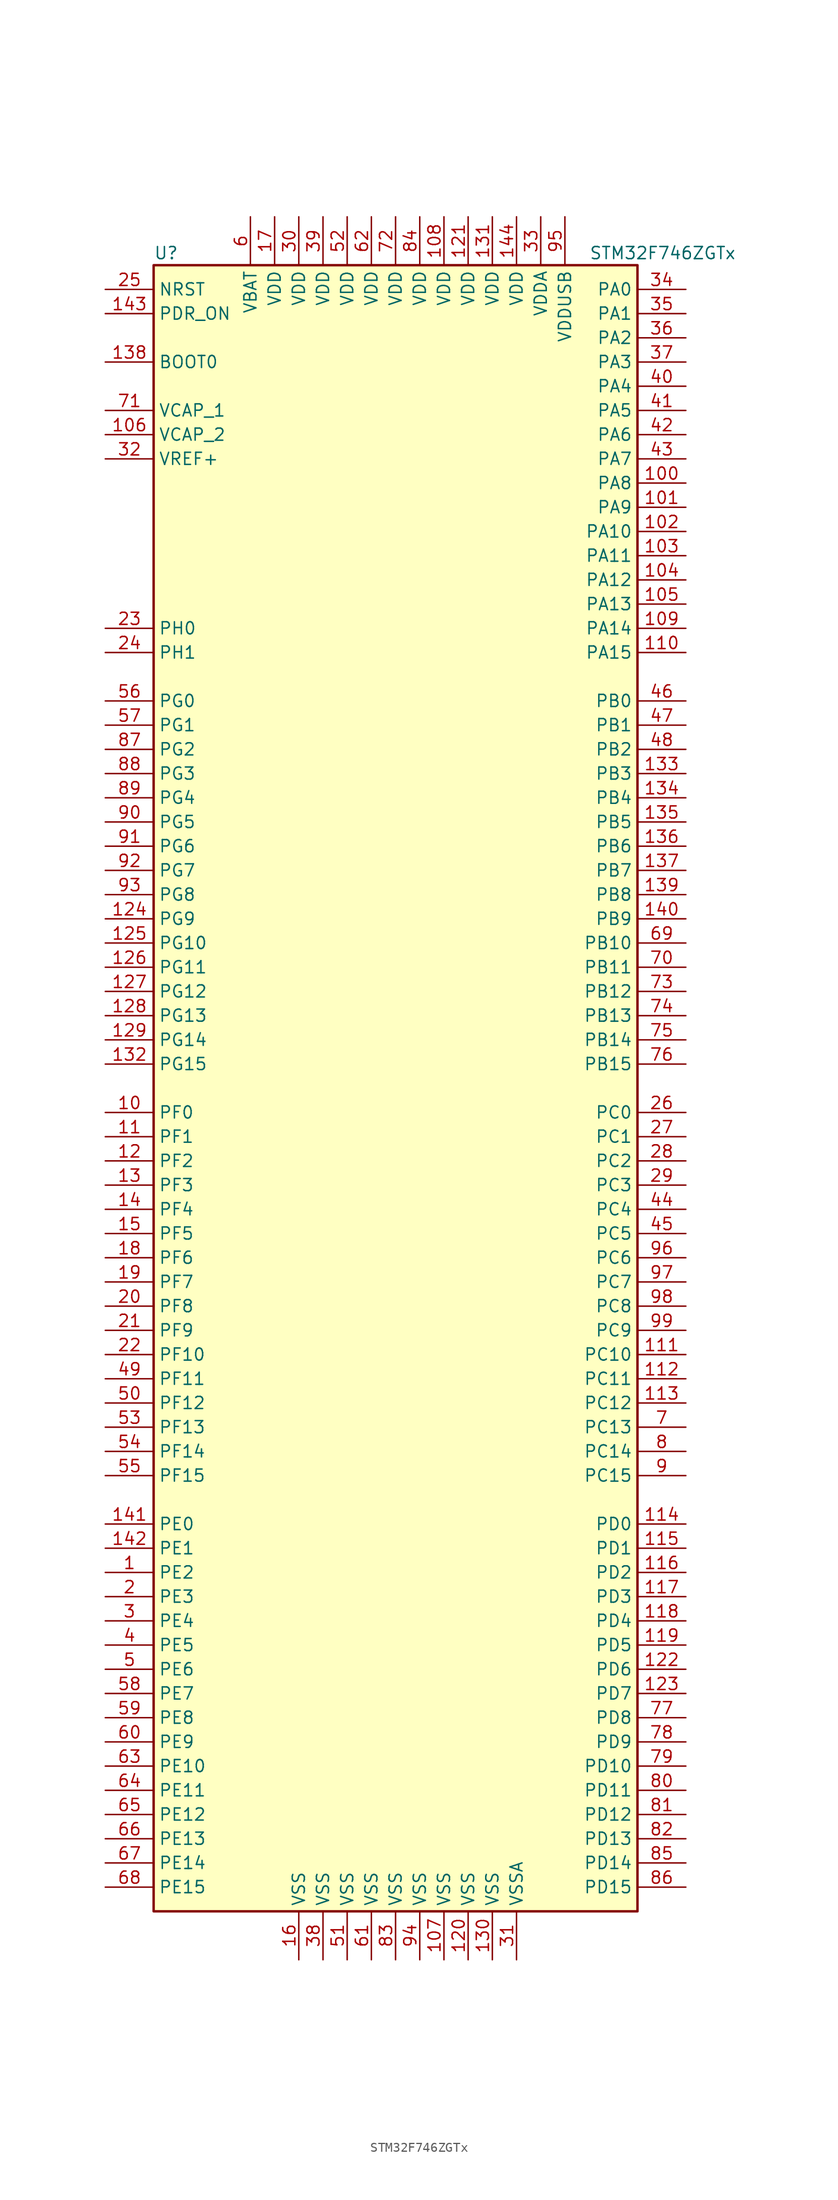
<source format=kicad_sym>
(kicad_symbol_lib
  (version 20220914)
  (generator kicad_symbol_editor)
  (symbol "STM32F746ZGTx"
    (property "Reference" "U"
      (at -25.4 87.63 0)
      (effects (font (size 1.27 1.27)) (justify left)))
    (property "Value" "STM32F746ZGTx"
      (at 20.32 87.63 0)
      (effects (font (size 1.27 1.27)) (justify left)))
    (symbol "STM32F746ZGTx_0_1"
      (rectangle (start -25.4 -86.36) (end 25.4 86.36) (stroke (width 0.254) (type default)) (fill (type background))))
    (symbol "STM32F746ZGTx_1_1"
      (pin bidirectional line (at -30.48 -50.8 0) (length 5.08) (name "PE2" (effects (font (size 1.27 1.27)))) (number "1" (effects (font (size 1.27 1.27)))))
      (pin bidirectional line (at -30.48 -2.54 0) (length 5.08) (name "PF0" (effects (font (size 1.27 1.27)))) (number "10" (effects (font (size 1.27 1.27)))))
      (pin bidirectional line (at 30.48 63.5 180) (length 5.08) (name "PA8" (effects (font (size 1.27 1.27)))) (number "100" (effects (font (size 1.27 1.27)))))
      (pin bidirectional line (at 30.48 60.96 180) (length 5.08) (name "PA9" (effects (font (size 1.27 1.27)))) (number "101" (effects (font (size 1.27 1.27)))))
      (pin bidirectional line (at 30.48 58.42 180) (length 5.08) (name "PA10" (effects (font (size 1.27 1.27)))) (number "102" (effects (font (size 1.27 1.27)))))
      (pin bidirectional line (at 30.48 55.88 180) (length 5.08) (name "PA11" (effects (font (size 1.27 1.27)))) (number "103" (effects (font (size 1.27 1.27)))))
      (pin bidirectional line (at 30.48 53.34 180) (length 5.08) (name "PA12" (effects (font (size 1.27 1.27)))) (number "104" (effects (font (size 1.27 1.27)))))
      (pin bidirectional line (at 30.48 50.8 180) (length 5.08) (name "PA13" (effects (font (size 1.27 1.27)))) (number "105" (effects (font (size 1.27 1.27)))))
      (pin power_in line (at -30.48 68.58 0) (length 5.08) (name "VCAP_2" (effects (font (size 1.27 1.27)))) (number "106" (effects (font (size 1.27 1.27)))))
      (pin power_in line (at 5.08 -91.44 90) (length 5.08) (name "VSS" (effects (font (size 1.27 1.27)))) (number "107" (effects (font (size 1.27 1.27)))))
      (pin power_in line (at 5.08 91.44 270) (length 5.08) (name "VDD" (effects (font (size 1.27 1.27)))) (number "108" (effects (font (size 1.27 1.27)))))
      (pin bidirectional line (at 30.48 48.26 180) (length 5.08) (name "PA14" (effects (font (size 1.27 1.27)))) (number "109" (effects (font (size 1.27 1.27)))))
      (pin bidirectional line (at -30.48 -5.08 0) (length 5.08) (name "PF1" (effects (font (size 1.27 1.27)))) (number "11" (effects (font (size 1.27 1.27)))))
      (pin bidirectional line (at 30.48 45.72 180) (length 5.08) (name "PA15" (effects (font (size 1.27 1.27)))) (number "110" (effects (font (size 1.27 1.27)))))
      (pin bidirectional line (at 30.48 -27.94 180) (length 5.08) (name "PC10" (effects (font (size 1.27 1.27)))) (number "111" (effects (font (size 1.27 1.27)))))
      (pin bidirectional line (at 30.48 -30.48 180) (length 5.08) (name "PC11" (effects (font (size 1.27 1.27)))) (number "112" (effects (font (size 1.27 1.27)))))
      (pin bidirectional line (at 30.48 -33.02 180) (length 5.08) (name "PC12" (effects (font (size 1.27 1.27)))) (number "113" (effects (font (size 1.27 1.27)))))
      (pin bidirectional line (at 30.48 -45.72 180) (length 5.08) (name "PD0" (effects (font (size 1.27 1.27)))) (number "114" (effects (font (size 1.27 1.27)))))
      (pin bidirectional line (at 30.48 -48.26 180) (length 5.08) (name "PD1" (effects (font (size 1.27 1.27)))) (number "115" (effects (font (size 1.27 1.27)))))
      (pin bidirectional line (at 30.48 -50.8 180) (length 5.08) (name "PD2" (effects (font (size 1.27 1.27)))) (number "116" (effects (font (size 1.27 1.27)))))
      (pin bidirectional line (at 30.48 -53.34 180) (length 5.08) (name "PD3" (effects (font (size 1.27 1.27)))) (number "117" (effects (font (size 1.27 1.27)))))
      (pin bidirectional line (at 30.48 -55.88 180) (length 5.08) (name "PD4" (effects (font (size 1.27 1.27)))) (number "118" (effects (font (size 1.27 1.27)))))
      (pin bidirectional line (at 30.48 -58.42 180) (length 5.08) (name "PD5" (effects (font (size 1.27 1.27)))) (number "119" (effects (font (size 1.27 1.27)))))
      (pin bidirectional line (at -30.48 -7.62 0) (length 5.08) (name "PF2" (effects (font (size 1.27 1.27)))) (number "12" (effects (font (size 1.27 1.27)))))
      (pin power_in line (at 7.62 -91.44 90) (length 5.08) (name "VSS" (effects (font (size 1.27 1.27)))) (number "120" (effects (font (size 1.27 1.27)))))
      (pin power_in line (at 7.62 91.44 270) (length 5.08) (name "VDD" (effects (font (size 1.27 1.27)))) (number "121" (effects (font (size 1.27 1.27)))))
      (pin bidirectional line (at 30.48 -60.96 180) (length 5.08) (name "PD6" (effects (font (size 1.27 1.27)))) (number "122" (effects (font (size 1.27 1.27)))))
      (pin bidirectional line (at 30.48 -63.5 180) (length 5.08) (name "PD7" (effects (font (size 1.27 1.27)))) (number "123" (effects (font (size 1.27 1.27)))))
      (pin bidirectional line (at -30.48 17.78 0) (length 5.08) (name "PG9" (effects (font (size 1.27 1.27)))) (number "124" (effects (font (size 1.27 1.27)))))
      (pin bidirectional line (at -30.48 15.24 0) (length 5.08) (name "PG10" (effects (font (size 1.27 1.27)))) (number "125" (effects (font (size 1.27 1.27)))))
      (pin bidirectional line (at -30.48 12.7 0) (length 5.08) (name "PG11" (effects (font (size 1.27 1.27)))) (number "126" (effects (font (size 1.27 1.27)))))
      (pin bidirectional line (at -30.48 10.16 0) (length 5.08) (name "PG12" (effects (font (size 1.27 1.27)))) (number "127" (effects (font (size 1.27 1.27)))))
      (pin bidirectional line (at -30.48 7.62 0) (length 5.08) (name "PG13" (effects (font (size 1.27 1.27)))) (number "128" (effects (font (size 1.27 1.27)))))
      (pin bidirectional line (at -30.48 5.08 0) (length 5.08) (name "PG14" (effects (font (size 1.27 1.27)))) (number "129" (effects (font (size 1.27 1.27)))))
      (pin bidirectional line (at -30.48 -10.16 0) (length 5.08) (name "PF3" (effects (font (size 1.27 1.27)))) (number "13" (effects (font (size 1.27 1.27)))))
      (pin power_in line (at 10.16 -91.44 90) (length 5.08) (name "VSS" (effects (font (size 1.27 1.27)))) (number "130" (effects (font (size 1.27 1.27)))))
      (pin power_in line (at 10.16 91.44 270) (length 5.08) (name "VDD" (effects (font (size 1.27 1.27)))) (number "131" (effects (font (size 1.27 1.27)))))
      (pin bidirectional line (at -30.48 2.54 0) (length 5.08) (name "PG15" (effects (font (size 1.27 1.27)))) (number "132" (effects (font (size 1.27 1.27)))))
      (pin bidirectional line (at 30.48 33.02 180) (length 5.08) (name "PB3" (effects (font (size 1.27 1.27)))) (number "133" (effects (font (size 1.27 1.27)))))
      (pin bidirectional line (at 30.48 30.48 180) (length 5.08) (name "PB4" (effects (font (size 1.27 1.27)))) (number "134" (effects (font (size 1.27 1.27)))))
      (pin bidirectional line (at 30.48 27.94 180) (length 5.08) (name "PB5" (effects (font (size 1.27 1.27)))) (number "135" (effects (font (size 1.27 1.27)))))
      (pin bidirectional line (at 30.48 25.4 180) (length 5.08) (name "PB6" (effects (font (size 1.27 1.27)))) (number "136" (effects (font (size 1.27 1.27)))))
      (pin bidirectional line (at 30.48 22.86 180) (length 5.08) (name "PB7" (effects (font (size 1.27 1.27)))) (number "137" (effects (font (size 1.27 1.27)))))
      (pin input line (at -30.48 76.2 0) (length 5.08) (name "BOOT0" (effects (font (size 1.27 1.27)))) (number "138" (effects (font (size 1.27 1.27)))))
      (pin bidirectional line (at 30.48 20.32 180) (length 5.08) (name "PB8" (effects (font (size 1.27 1.27)))) (number "139" (effects (font (size 1.27 1.27)))))
      (pin bidirectional line (at -30.48 -12.7 0) (length 5.08) (name "PF4" (effects (font (size 1.27 1.27)))) (number "14" (effects (font (size 1.27 1.27)))))
      (pin bidirectional line (at 30.48 17.78 180) (length 5.08) (name "PB9" (effects (font (size 1.27 1.27)))) (number "140" (effects (font (size 1.27 1.27)))))
      (pin bidirectional line (at -30.48 -45.72 0) (length 5.08) (name "PE0" (effects (font (size 1.27 1.27)))) (number "141" (effects (font (size 1.27 1.27)))))
      (pin bidirectional line (at -30.48 -48.26 0) (length 5.08) (name "PE1" (effects (font (size 1.27 1.27)))) (number "142" (effects (font (size 1.27 1.27)))))
      (pin input line (at -30.48 81.28 0) (length 5.08) (name "PDR_ON" (effects (font (size 1.27 1.27)))) (number "143" (effects (font (size 1.27 1.27)))))
      (pin power_in line (at 12.7 91.44 270) (length 5.08) (name "VDD" (effects (font (size 1.27 1.27)))) (number "144" (effects (font (size 1.27 1.27)))))
      (pin bidirectional line (at -30.48 -15.24 0) (length 5.08) (name "PF5" (effects (font (size 1.27 1.27)))) (number "15" (effects (font (size 1.27 1.27)))))
      (pin power_in line (at -10.16 -91.44 90) (length 5.08) (name "VSS" (effects (font (size 1.27 1.27)))) (number "16" (effects (font (size 1.27 1.27)))))
      (pin power_in line (at -12.7 91.44 270) (length 5.08) (name "VDD" (effects (font (size 1.27 1.27)))) (number "17" (effects (font (size 1.27 1.27)))))
      (pin bidirectional line (at -30.48 -17.78 0) (length 5.08) (name "PF6" (effects (font (size 1.27 1.27)))) (number "18" (effects (font (size 1.27 1.27)))))
      (pin bidirectional line (at -30.48 -20.32 0) (length 5.08) (name "PF7" (effects (font (size 1.27 1.27)))) (number "19" (effects (font (size 1.27 1.27)))))
      (pin bidirectional line (at -30.48 -53.34 0) (length 5.08) (name "PE3" (effects (font (size 1.27 1.27)))) (number "2" (effects (font (size 1.27 1.27)))))
      (pin bidirectional line (at -30.48 -22.86 0) (length 5.08) (name "PF8" (effects (font (size 1.27 1.27)))) (number "20" (effects (font (size 1.27 1.27)))))
      (pin bidirectional line (at -30.48 -25.4 0) (length 5.08) (name "PF9" (effects (font (size 1.27 1.27)))) (number "21" (effects (font (size 1.27 1.27)))))
      (pin bidirectional line (at -30.48 -27.94 0) (length 5.08) (name "PF10" (effects (font (size 1.27 1.27)))) (number "22" (effects (font (size 1.27 1.27)))))
      (pin input line (at -30.48 48.26 0) (length 5.08) (name "PH0" (effects (font (size 1.27 1.27)))) (number "23" (effects (font (size 1.27 1.27)))))
      (pin input line (at -30.48 45.72 0) (length 5.08) (name "PH1" (effects (font (size 1.27 1.27)))) (number "24" (effects (font (size 1.27 1.27)))))
      (pin input line (at -30.48 83.82 0) (length 5.08) (name "NRST" (effects (font (size 1.27 1.27)))) (number "25" (effects (font (size 1.27 1.27)))))
      (pin bidirectional line (at 30.48 -2.54 180) (length 5.08) (name "PC0" (effects (font (size 1.27 1.27)))) (number "26" (effects (font (size 1.27 1.27)))))
      (pin bidirectional line (at 30.48 -5.08 180) (length 5.08) (name "PC1" (effects (font (size 1.27 1.27)))) (number "27" (effects (font (size 1.27 1.27)))))
      (pin bidirectional line (at 30.48 -7.62 180) (length 5.08) (name "PC2" (effects (font (size 1.27 1.27)))) (number "28" (effects (font (size 1.27 1.27)))))
      (pin bidirectional line (at 30.48 -10.16 180) (length 5.08) (name "PC3" (effects (font (size 1.27 1.27)))) (number "29" (effects (font (size 1.27 1.27)))))
      (pin bidirectional line (at -30.48 -55.88 0) (length 5.08) (name "PE4" (effects (font (size 1.27 1.27)))) (number "3" (effects (font (size 1.27 1.27)))))
      (pin power_in line (at -10.16 91.44 270) (length 5.08) (name "VDD" (effects (font (size 1.27 1.27)))) (number "30" (effects (font (size 1.27 1.27)))))
      (pin power_in line (at 12.7 -91.44 90) (length 5.08) (name "VSSA" (effects (font (size 1.27 1.27)))) (number "31" (effects (font (size 1.27 1.27)))))
      (pin power_in line (at -30.48 66.04 0) (length 5.08) (name "VREF+" (effects (font (size 1.27 1.27)))) (number "32" (effects (font (size 1.27 1.27)))))
      (pin power_in line (at 15.24 91.44 270) (length 5.08) (name "VDDA" (effects (font (size 1.27 1.27)))) (number "33" (effects (font (size 1.27 1.27)))))
      (pin bidirectional line (at 30.48 83.82 180) (length 5.08) (name "PA0" (effects (font (size 1.27 1.27)))) (number "34" (effects (font (size 1.27 1.27)))))
      (pin bidirectional line (at 30.48 81.28 180) (length 5.08) (name "PA1" (effects (font (size 1.27 1.27)))) (number "35" (effects (font (size 1.27 1.27)))))
      (pin bidirectional line (at 30.48 78.74 180) (length 5.08) (name "PA2" (effects (font (size 1.27 1.27)))) (number "36" (effects (font (size 1.27 1.27)))))
      (pin bidirectional line (at 30.48 76.2 180) (length 5.08) (name "PA3" (effects (font (size 1.27 1.27)))) (number "37" (effects (font (size 1.27 1.27)))))
      (pin power_in line (at -7.62 -91.44 90) (length 5.08) (name "VSS" (effects (font (size 1.27 1.27)))) (number "38" (effects (font (size 1.27 1.27)))))
      (pin power_in line (at -7.62 91.44 270) (length 5.08) (name "VDD" (effects (font (size 1.27 1.27)))) (number "39" (effects (font (size 1.27 1.27)))))
      (pin bidirectional line (at -30.48 -58.42 0) (length 5.08) (name "PE5" (effects (font (size 1.27 1.27)))) (number "4" (effects (font (size 1.27 1.27)))))
      (pin bidirectional line (at 30.48 73.66 180) (length 5.08) (name "PA4" (effects (font (size 1.27 1.27)))) (number "40" (effects (font (size 1.27 1.27)))))
      (pin bidirectional line (at 30.48 71.12 180) (length 5.08) (name "PA5" (effects (font (size 1.27 1.27)))) (number "41" (effects (font (size 1.27 1.27)))))
      (pin bidirectional line (at 30.48 68.58 180) (length 5.08) (name "PA6" (effects (font (size 1.27 1.27)))) (number "42" (effects (font (size 1.27 1.27)))))
      (pin bidirectional line (at 30.48 66.04 180) (length 5.08) (name "PA7" (effects (font (size 1.27 1.27)))) (number "43" (effects (font (size 1.27 1.27)))))
      (pin bidirectional line (at 30.48 -12.7 180) (length 5.08) (name "PC4" (effects (font (size 1.27 1.27)))) (number "44" (effects (font (size 1.27 1.27)))))
      (pin bidirectional line (at 30.48 -15.24 180) (length 5.08) (name "PC5" (effects (font (size 1.27 1.27)))) (number "45" (effects (font (size 1.27 1.27)))))
      (pin bidirectional line (at 30.48 40.64 180) (length 5.08) (name "PB0" (effects (font (size 1.27 1.27)))) (number "46" (effects (font (size 1.27 1.27)))))
      (pin bidirectional line (at 30.48 38.1 180) (length 5.08) (name "PB1" (effects (font (size 1.27 1.27)))) (number "47" (effects (font (size 1.27 1.27)))))
      (pin bidirectional line (at 30.48 35.56 180) (length 5.08) (name "PB2" (effects (font (size 1.27 1.27)))) (number "48" (effects (font (size 1.27 1.27)))))
      (pin bidirectional line (at -30.48 -30.48 0) (length 5.08) (name "PF11" (effects (font (size 1.27 1.27)))) (number "49" (effects (font (size 1.27 1.27)))))
      (pin bidirectional line (at -30.48 -60.96 0) (length 5.08) (name "PE6" (effects (font (size 1.27 1.27)))) (number "5" (effects (font (size 1.27 1.27)))))
      (pin bidirectional line (at -30.48 -33.02 0) (length 5.08) (name "PF12" (effects (font (size 1.27 1.27)))) (number "50" (effects (font (size 1.27 1.27)))))
      (pin power_in line (at -5.08 -91.44 90) (length 5.08) (name "VSS" (effects (font (size 1.27 1.27)))) (number "51" (effects (font (size 1.27 1.27)))))
      (pin power_in line (at -5.08 91.44 270) (length 5.08) (name "VDD" (effects (font (size 1.27 1.27)))) (number "52" (effects (font (size 1.27 1.27)))))
      (pin bidirectional line (at -30.48 -35.56 0) (length 5.08) (name "PF13" (effects (font (size 1.27 1.27)))) (number "53" (effects (font (size 1.27 1.27)))))
      (pin bidirectional line (at -30.48 -38.1 0) (length 5.08) (name "PF14" (effects (font (size 1.27 1.27)))) (number "54" (effects (font (size 1.27 1.27)))))
      (pin bidirectional line (at -30.48 -40.64 0) (length 5.08) (name "PF15" (effects (font (size 1.27 1.27)))) (number "55" (effects (font (size 1.27 1.27)))))
      (pin bidirectional line (at -30.48 40.64 0) (length 5.08) (name "PG0" (effects (font (size 1.27 1.27)))) (number "56" (effects (font (size 1.27 1.27)))))
      (pin bidirectional line (at -30.48 38.1 0) (length 5.08) (name "PG1" (effects (font (size 1.27 1.27)))) (number "57" (effects (font (size 1.27 1.27)))))
      (pin bidirectional line (at -30.48 -63.5 0) (length 5.08) (name "PE7" (effects (font (size 1.27 1.27)))) (number "58" (effects (font (size 1.27 1.27)))))
      (pin bidirectional line (at -30.48 -66.04 0) (length 5.08) (name "PE8" (effects (font (size 1.27 1.27)))) (number "59" (effects (font (size 1.27 1.27)))))
      (pin power_in line (at -15.24 91.44 270) (length 5.08) (name "VBAT" (effects (font (size 1.27 1.27)))) (number "6" (effects (font (size 1.27 1.27)))))
      (pin bidirectional line (at -30.48 -68.58 0) (length 5.08) (name "PE9" (effects (font (size 1.27 1.27)))) (number "60" (effects (font (size 1.27 1.27)))))
      (pin power_in line (at -2.54 -91.44 90) (length 5.08) (name "VSS" (effects (font (size 1.27 1.27)))) (number "61" (effects (font (size 1.27 1.27)))))
      (pin power_in line (at -2.54 91.44 270) (length 5.08) (name "VDD" (effects (font (size 1.27 1.27)))) (number "62" (effects (font (size 1.27 1.27)))))
      (pin bidirectional line (at -30.48 -71.12 0) (length 5.08) (name "PE10" (effects (font (size 1.27 1.27)))) (number "63" (effects (font (size 1.27 1.27)))))
      (pin bidirectional line (at -30.48 -73.66 0) (length 5.08) (name "PE11" (effects (font (size 1.27 1.27)))) (number "64" (effects (font (size 1.27 1.27)))))
      (pin bidirectional line (at -30.48 -76.2 0) (length 5.08) (name "PE12" (effects (font (size 1.27 1.27)))) (number "65" (effects (font (size 1.27 1.27)))))
      (pin bidirectional line (at -30.48 -78.74 0) (length 5.08) (name "PE13" (effects (font (size 1.27 1.27)))) (number "66" (effects (font (size 1.27 1.27)))))
      (pin bidirectional line (at -30.48 -81.28 0) (length 5.08) (name "PE14" (effects (font (size 1.27 1.27)))) (number "67" (effects (font (size 1.27 1.27)))))
      (pin bidirectional line (at -30.48 -83.82 0) (length 5.08) (name "PE15" (effects (font (size 1.27 1.27)))) (number "68" (effects (font (size 1.27 1.27)))))
      (pin bidirectional line (at 30.48 15.24 180) (length 5.08) (name "PB10" (effects (font (size 1.27 1.27)))) (number "69" (effects (font (size 1.27 1.27)))))
      (pin bidirectional line (at 30.48 -35.56 180) (length 5.08) (name "PC13" (effects (font (size 1.27 1.27)))) (number "7" (effects (font (size 1.27 1.27)))))
      (pin bidirectional line (at 30.48 12.7 180) (length 5.08) (name "PB11" (effects (font (size 1.27 1.27)))) (number "70" (effects (font (size 1.27 1.27)))))
      (pin power_in line (at -30.48 71.12 0) (length 5.08) (name "VCAP_1" (effects (font (size 1.27 1.27)))) (number "71" (effects (font (size 1.27 1.27)))))
      (pin power_in line (at 0 91.44 270) (length 5.08) (name "VDD" (effects (font (size 1.27 1.27)))) (number "72" (effects (font (size 1.27 1.27)))))
      (pin bidirectional line (at 30.48 10.16 180) (length 5.08) (name "PB12" (effects (font (size 1.27 1.27)))) (number "73" (effects (font (size 1.27 1.27)))))
      (pin bidirectional line (at 30.48 7.62 180) (length 5.08) (name "PB13" (effects (font (size 1.27 1.27)))) (number "74" (effects (font (size 1.27 1.27)))))
      (pin bidirectional line (at 30.48 5.08 180) (length 5.08) (name "PB14" (effects (font (size 1.27 1.27)))) (number "75" (effects (font (size 1.27 1.27)))))
      (pin bidirectional line (at 30.48 2.54 180) (length 5.08) (name "PB15" (effects (font (size 1.27 1.27)))) (number "76" (effects (font (size 1.27 1.27)))))
      (pin bidirectional line (at 30.48 -66.04 180) (length 5.08) (name "PD8" (effects (font (size 1.27 1.27)))) (number "77" (effects (font (size 1.27 1.27)))))
      (pin bidirectional line (at 30.48 -68.58 180) (length 5.08) (name "PD9" (effects (font (size 1.27 1.27)))) (number "78" (effects (font (size 1.27 1.27)))))
      (pin bidirectional line (at 30.48 -71.12 180) (length 5.08) (name "PD10" (effects (font (size 1.27 1.27)))) (number "79" (effects (font (size 1.27 1.27)))))
      (pin bidirectional line (at 30.48 -38.1 180) (length 5.08) (name "PC14" (effects (font (size 1.27 1.27)))) (number "8" (effects (font (size 1.27 1.27)))))
      (pin bidirectional line (at 30.48 -73.66 180) (length 5.08) (name "PD11" (effects (font (size 1.27 1.27)))) (number "80" (effects (font (size 1.27 1.27)))))
      (pin bidirectional line (at 30.48 -76.2 180) (length 5.08) (name "PD12" (effects (font (size 1.27 1.27)))) (number "81" (effects (font (size 1.27 1.27)))))
      (pin bidirectional line (at 30.48 -78.74 180) (length 5.08) (name "PD13" (effects (font (size 1.27 1.27)))) (number "82" (effects (font (size 1.27 1.27)))))
      (pin power_in line (at 0 -91.44 90) (length 5.08) (name "VSS" (effects (font (size 1.27 1.27)))) (number "83" (effects (font (size 1.27 1.27)))))
      (pin power_in line (at 2.54 91.44 270) (length 5.08) (name "VDD" (effects (font (size 1.27 1.27)))) (number "84" (effects (font (size 1.27 1.27)))))
      (pin bidirectional line (at 30.48 -81.28 180) (length 5.08) (name "PD14" (effects (font (size 1.27 1.27)))) (number "85" (effects (font (size 1.27 1.27)))))
      (pin bidirectional line (at 30.48 -83.82 180) (length 5.08) (name "PD15" (effects (font (size 1.27 1.27)))) (number "86" (effects (font (size 1.27 1.27)))))
      (pin bidirectional line (at -30.48 35.56 0) (length 5.08) (name "PG2" (effects (font (size 1.27 1.27)))) (number "87" (effects (font (size 1.27 1.27)))))
      (pin bidirectional line (at -30.48 33.02 0) (length 5.08) (name "PG3" (effects (font (size 1.27 1.27)))) (number "88" (effects (font (size 1.27 1.27)))))
      (pin bidirectional line (at -30.48 30.48 0) (length 5.08) (name "PG4" (effects (font (size 1.27 1.27)))) (number "89" (effects (font (size 1.27 1.27)))))
      (pin bidirectional line (at 30.48 -40.64 180) (length 5.08) (name "PC15" (effects (font (size 1.27 1.27)))) (number "9" (effects (font (size 1.27 1.27)))))
      (pin bidirectional line (at -30.48 27.94 0) (length 5.08) (name "PG5" (effects (font (size 1.27 1.27)))) (number "90" (effects (font (size 1.27 1.27)))))
      (pin bidirectional line (at -30.48 25.4 0) (length 5.08) (name "PG6" (effects (font (size 1.27 1.27)))) (number "91" (effects (font (size 1.27 1.27)))))
      (pin bidirectional line (at -30.48 22.86 0) (length 5.08) (name "PG7" (effects (font (size 1.27 1.27)))) (number "92" (effects (font (size 1.27 1.27)))))
      (pin bidirectional line (at -30.48 20.32 0) (length 5.08) (name "PG8" (effects (font (size 1.27 1.27)))) (number "93" (effects (font (size 1.27 1.27)))))
      (pin power_in line (at 2.54 -91.44 90) (length 5.08) (name "VSS" (effects (font (size 1.27 1.27)))) (number "94" (effects (font (size 1.27 1.27)))))
      (pin power_in line (at 17.78 91.44 270) (length 5.08) (name "VDDUSB" (effects (font (size 1.27 1.27)))) (number "95" (effects (font (size 1.27 1.27)))))
      (pin bidirectional line (at 30.48 -17.78 180) (length 5.08) (name "PC6" (effects (font (size 1.27 1.27)))) (number "96" (effects (font (size 1.27 1.27)))))
      (pin bidirectional line (at 30.48 -20.32 180) (length 5.08) (name "PC7" (effects (font (size 1.27 1.27)))) (number "97" (effects (font (size 1.27 1.27)))))
      (pin bidirectional line (at 30.48 -22.86 180) (length 5.08) (name "PC8" (effects (font (size 1.27 1.27)))) (number "98" (effects (font (size 1.27 1.27)))))
      (pin bidirectional line (at 30.48 -25.4 180) (length 5.08) (name "PC9" (effects (font (size 1.27 1.27)))) (number "99" (effects (font (size 1.27 1.27))))))))
</source>
